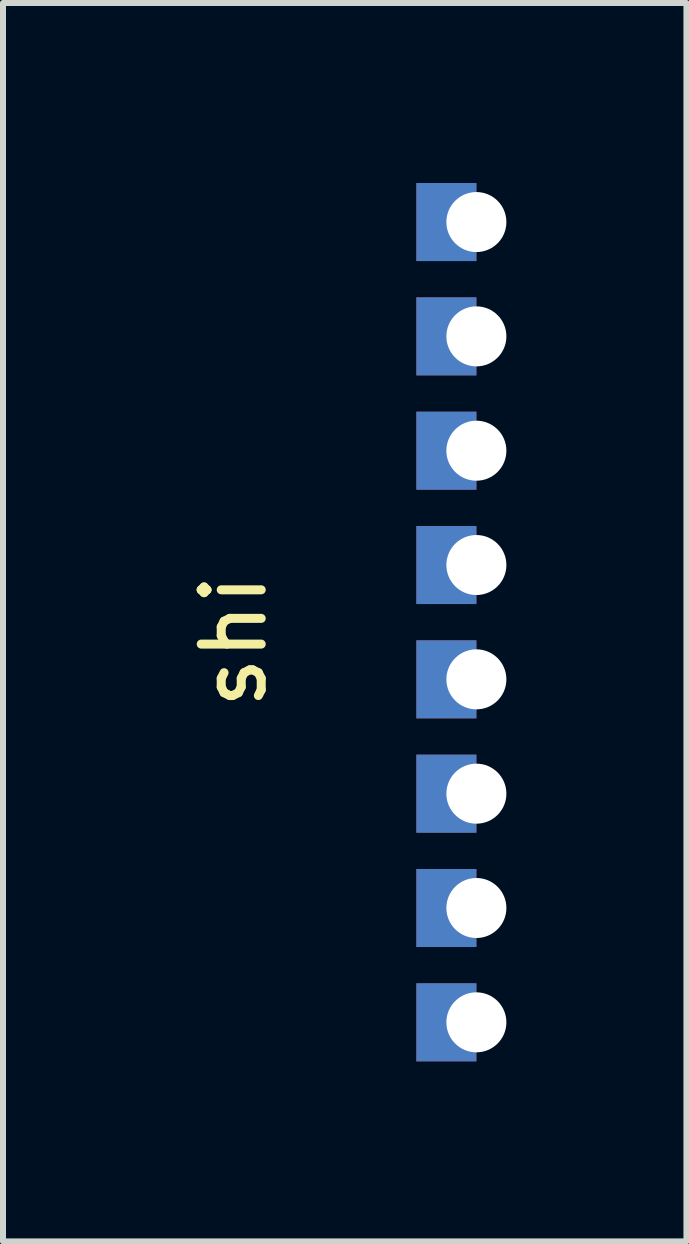
<source format=kicad_pcb>
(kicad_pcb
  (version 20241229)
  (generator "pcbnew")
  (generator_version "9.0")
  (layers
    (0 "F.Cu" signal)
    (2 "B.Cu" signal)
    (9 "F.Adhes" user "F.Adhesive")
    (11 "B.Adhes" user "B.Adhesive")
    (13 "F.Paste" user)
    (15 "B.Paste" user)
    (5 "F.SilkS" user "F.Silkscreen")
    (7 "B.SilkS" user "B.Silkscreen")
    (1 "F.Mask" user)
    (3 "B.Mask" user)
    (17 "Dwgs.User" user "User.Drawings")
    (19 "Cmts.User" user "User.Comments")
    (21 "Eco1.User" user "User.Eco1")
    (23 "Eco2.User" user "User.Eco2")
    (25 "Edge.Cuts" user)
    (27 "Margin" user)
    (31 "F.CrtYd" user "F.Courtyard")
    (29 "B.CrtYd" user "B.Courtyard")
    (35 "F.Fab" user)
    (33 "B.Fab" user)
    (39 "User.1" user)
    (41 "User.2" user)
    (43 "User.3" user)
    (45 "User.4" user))
  (footprint "shi"
    (layer "F.Cu")
    (at 4.888 8.27)
    (property "Reference" "shi" (at -4.04 -0.635 90) (unlocked yes) (layer "F.SilkS") (effects (font (size 1 1) (thickness 0.15))))
    (attr smd)
    (pad "1" thru_hole rect (at 0 -7.62 180) (size 1 1.3) (drill 1 (offset 0.5 0)) (property pad_prop_castellated) (layers "*.Cu" "*.Mask"))
    (pad "2" thru_hole rect (at 0 -5.715 180) (size 1 1.3) (drill 1 (offset 0.5 0)) (property pad_prop_castellated) (layers "*.Cu" "*.Mask"))
    (pad "3" thru_hole rect (at 0 -3.81 180) (size 1 1.3) (drill 1 (offset 0.5 0)) (property pad_prop_castellated) (layers "*.Cu" "*.Mask"))
    (pad "4" thru_hole rect (at 0 -1.905 180) (size 1 1.3) (drill 1 (offset 0.5 0)) (property pad_prop_castellated) (layers "*.Cu" "*.Mask"))
    (pad "5" thru_hole rect (at 0 0 180) (size 1 1.3) (drill 1 (offset 0.5 0)) (property pad_prop_castellated) (layers "*.Cu" "*.Mask"))
    (pad "6" thru_hole rect (at 0 1.905 180) (size 1 1.3) (drill 1 (offset 0.5 0)) (property pad_prop_castellated) (layers "*.Cu" "*.Mask"))
    (pad "7" thru_hole rect (at 0 3.81 180) (size 1 1.3) (drill 1 (offset 0.5 0)) (property pad_prop_castellated) (layers "*.Cu" "*.Mask"))
    (pad "8" thru_hole rect (at 0 5.715 180) (size 1 1.3) (drill 1 (offset 0.5 0)) (property pad_prop_castellated) (layers "*.Cu" "*.Mask")))
  (gr_rect
    (start -3 -3)
    (end 8.388 17.635)
    (stroke (width 0.1) (type default))
    (fill no)
    (layer "Edge.Cuts")))
</source>
